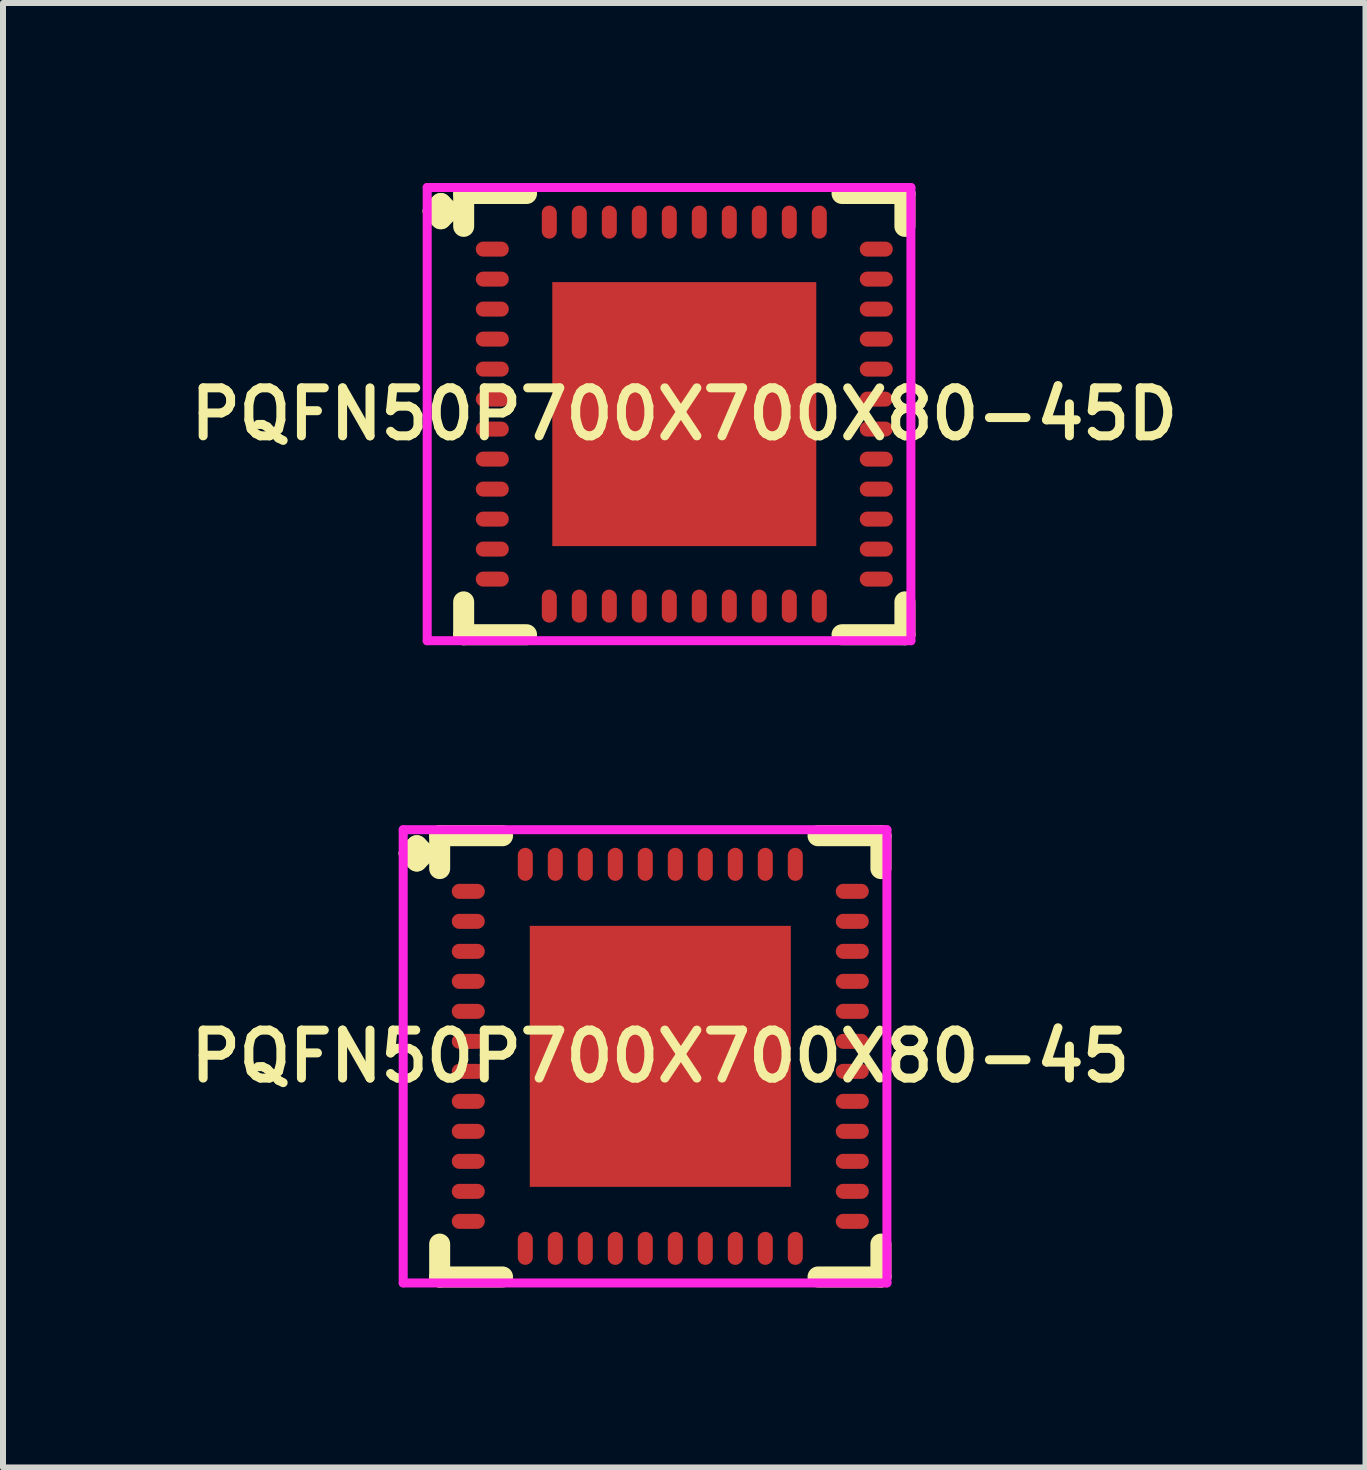
<source format=kicad_pcb>
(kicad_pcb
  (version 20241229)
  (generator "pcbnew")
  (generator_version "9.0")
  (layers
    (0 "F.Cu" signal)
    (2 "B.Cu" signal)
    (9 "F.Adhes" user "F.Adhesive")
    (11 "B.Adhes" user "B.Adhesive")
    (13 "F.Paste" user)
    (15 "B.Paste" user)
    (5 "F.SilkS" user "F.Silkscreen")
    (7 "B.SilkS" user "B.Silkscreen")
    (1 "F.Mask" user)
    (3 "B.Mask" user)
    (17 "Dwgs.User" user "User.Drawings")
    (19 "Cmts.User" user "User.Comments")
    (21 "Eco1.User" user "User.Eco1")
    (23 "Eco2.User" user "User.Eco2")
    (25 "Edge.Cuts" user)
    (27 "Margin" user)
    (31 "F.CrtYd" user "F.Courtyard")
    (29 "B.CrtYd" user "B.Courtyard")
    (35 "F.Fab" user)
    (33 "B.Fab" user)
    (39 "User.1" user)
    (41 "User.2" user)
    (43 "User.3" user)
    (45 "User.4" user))
  (footprint "PQFN50P700X700X80-45D"
    (layer "F.Cu")
    (at 8.355 3.852)
    (property "Reference" "PQFN50P700X700X80-45D" (at 0 0 0) (layer "F.SilkS") (effects (font (size 0.8 0.8) (thickness 0.15))))
    (attr smd)
    (fp_line (start -4.185 -3.383) (end -4.058 -3.51) (stroke (width 0.35) (type solid)) (layer "F.SilkS"))
    (fp_line (start -4.058 -3.51) (end -3.931 -3.383) (stroke (width 0.35) (type solid)) (layer "F.SilkS"))
    (fp_line (start -4.058 -3.256) (end -4.185 -3.383) (stroke (width 0.35) (type solid)) (layer "F.SilkS"))
    (fp_line (start -3.931 -3.383) (end -4.058 -3.256) (stroke (width 0.35) (type solid)) (layer "F.SilkS"))
    (fp_line (start -3.677 -3.677) (end -2.629 -3.677) (stroke (width 0.35) (type solid)) (layer "F.SilkS"))
    (fp_line (start -3.677 -3.129) (end -3.677 -3.677) (stroke (width 0.35) (type solid)) (layer "F.SilkS"))
    (fp_line (start -3.677 3.129) (end -3.677 3.677) (stroke (width 0.35) (type solid)) (layer "F.SilkS"))
    (fp_line (start -3.677 3.677) (end -2.629 3.677) (stroke (width 0.35) (type solid)) (layer "F.SilkS"))
    (fp_line (start 2.629 -3.677) (end 3.677 -3.677) (stroke (width 0.35) (type solid)) (layer "F.SilkS"))
    (fp_line (start 2.629 3.677) (end 3.677 3.677) (stroke (width 0.35) (type solid)) (layer "F.SilkS"))
    (fp_line (start 3.677 -3.677) (end 3.677 -3.129) (stroke (width 0.35) (type solid)) (layer "F.SilkS"))
    (fp_line (start 3.677 3.677) (end 3.677 3.129) (stroke (width 0.35) (type solid)) (layer "F.SilkS"))
    (fp_line (start -4.285 -3.777) (end 3.777 -3.777) (stroke (width 0.15) (type solid)) (layer "F.CrtYd"))
    (fp_line (start -4.285 3.777) (end -4.285 -3.777) (stroke (width 0.15) (type solid)) (layer "F.CrtYd"))
    (fp_line (start 3.777 -3.777) (end 3.777 3.777) (stroke (width 0.15) (type solid)) (layer "F.CrtYd"))
    (fp_line (start 3.777 3.777) (end -4.285 3.777) (stroke (width 0.15) (type solid)) (layer "F.CrtYd"))
    (pad "1" smd oval (at -3.2 -2.75) (size 0.55 0.25) (layers "F.Cu" "F.Mask" "F.Paste"))
    (pad "2" smd oval (at -3.2 -2.25) (size 0.55 0.25) (layers "F.Cu" "F.Mask" "F.Paste"))
    (pad "3" smd oval (at -3.2 -1.75) (size 0.55 0.25) (layers "F.Cu" "F.Mask" "F.Paste"))
    (pad "4" smd oval (at -3.2 -1.25) (size 0.55 0.25) (layers "F.Cu" "F.Mask" "F.Paste"))
    (pad "5" smd oval (at -3.2 -0.75) (size 0.55 0.25) (layers "F.Cu" "F.Mask" "F.Paste"))
    (pad "6" smd oval (at -3.2 -0.25) (size 0.55 0.25) (layers "F.Cu" "F.Mask" "F.Paste"))
    (pad "7" smd oval (at -3.2 0.25) (size 0.55 0.25) (layers "F.Cu" "F.Mask" "F.Paste"))
    (pad "8" smd oval (at -3.2 0.75) (size 0.55 0.25) (layers "F.Cu" "F.Mask" "F.Paste"))
    (pad "9" smd oval (at -3.2 1.25) (size 0.55 0.25) (layers "F.Cu" "F.Mask" "F.Paste"))
    (pad "10" smd oval (at -3.2 1.75) (size 0.55 0.25) (layers "F.Cu" "F.Mask" "F.Paste"))
    (pad "11" smd oval (at -3.2 2.25) (size 0.55 0.25) (layers "F.Cu" "F.Mask" "F.Paste"))
    (pad "12" smd oval (at -3.2 2.75) (size 0.55 0.25) (layers "F.Cu" "F.Mask" "F.Paste"))
    (pad "13" smd oval (at -2.25 3.2) (size 0.25 0.55) (layers "F.Cu" "F.Mask" "F.Paste"))
    (pad "14" smd oval (at -1.75 3.2) (size 0.25 0.55) (layers "F.Cu" "F.Mask" "F.Paste"))
    (pad "15" smd oval (at -1.25 3.2) (size 0.25 0.55) (layers "F.Cu" "F.Mask" "F.Paste"))
    (pad "16" smd oval (at -0.75 3.2) (size 0.25 0.55) (layers "F.Cu" "F.Mask" "F.Paste"))
    (pad "17" smd oval (at -0.25 3.2) (size 0.25 0.55) (layers "F.Cu" "F.Mask" "F.Paste"))
    (pad "18" smd oval (at 0.25 3.2) (size 0.25 0.55) (layers "F.Cu" "F.Mask" "F.Paste"))
    (pad "19" smd oval (at 0.75 3.2) (size 0.25 0.55) (layers "F.Cu" "F.Mask" "F.Paste"))
    (pad "20" smd oval (at 1.25 3.2) (size 0.25 0.55) (layers "F.Cu" "F.Mask" "F.Paste"))
    (pad "21" smd oval (at 1.75 3.2) (size 0.25 0.55) (layers "F.Cu" "F.Mask" "F.Paste"))
    (pad "22" smd oval (at 2.25 3.2) (size 0.25 0.55) (layers "F.Cu" "F.Mask" "F.Paste"))
    (pad "23" smd oval (at 3.2 2.75) (size 0.55 0.25) (layers "F.Cu" "F.Mask" "F.Paste"))
    (pad "24" smd oval (at 3.2 2.25) (size 0.55 0.25) (layers "F.Cu" "F.Mask" "F.Paste"))
    (pad "25" smd oval (at 3.2 1.75) (size 0.55 0.25) (layers "F.Cu" "F.Mask" "F.Paste"))
    (pad "26" smd oval (at 3.2 1.25) (size 0.55 0.25) (layers "F.Cu" "F.Mask" "F.Paste"))
    (pad "27" smd oval (at 3.2 0.75) (size 0.55 0.25) (layers "F.Cu" "F.Mask" "F.Paste"))
    (pad "28" smd oval (at 3.2 0.25) (size 0.55 0.25) (layers "F.Cu" "F.Mask" "F.Paste"))
    (pad "29" smd oval (at 3.2 -0.25) (size 0.55 0.25) (layers "F.Cu" "F.Mask" "F.Paste"))
    (pad "30" smd oval (at 3.2 -0.75) (size 0.55 0.25) (layers "F.Cu" "F.Mask" "F.Paste"))
    (pad "31" smd oval (at 3.2 -1.25) (size 0.55 0.25) (layers "F.Cu" "F.Mask" "F.Paste"))
    (pad "32" smd oval (at 3.2 -1.75) (size 0.55 0.25) (layers "F.Cu" "F.Mask" "F.Paste"))
    (pad "33" smd oval (at 3.2 -2.25) (size 0.55 0.25) (layers "F.Cu" "F.Mask" "F.Paste"))
    (pad "34" smd oval (at 3.2 -2.75) (size 0.55 0.25) (layers "F.Cu" "F.Mask" "F.Paste"))
    (pad "35" smd oval (at 2.25 -3.2) (size 0.25 0.55) (layers "F.Cu" "F.Mask" "F.Paste"))
    (pad "36" smd oval (at 1.75 -3.2) (size 0.25 0.55) (layers "F.Cu" "F.Mask" "F.Paste"))
    (pad "37" smd oval (at 1.25 -3.2) (size 0.25 0.55) (layers "F.Cu" "F.Mask" "F.Paste"))
    (pad "38" smd oval (at 0.75 -3.2) (size 0.25 0.55) (layers "F.Cu" "F.Mask" "F.Paste"))
    (pad "39" smd oval (at 0.25 -3.2) (size 0.25 0.55) (layers "F.Cu" "F.Mask" "F.Paste"))
    (pad "40" smd oval (at -0.25 -3.2) (size 0.25 0.55) (layers "F.Cu" "F.Mask" "F.Paste"))
    (pad "41" smd oval (at -0.75 -3.2) (size 0.25 0.55) (layers "F.Cu" "F.Mask" "F.Paste"))
    (pad "42" smd oval (at -1.25 -3.2) (size 0.25 0.55) (layers "F.Cu" "F.Mask" "F.Paste"))
    (pad "43" smd oval (at -1.75 -3.2) (size 0.25 0.55) (layers "F.Cu" "F.Mask" "F.Paste"))
    (pad "44" smd oval (at -2.25 -3.2) (size 0.25 0.55) (layers "F.Cu" "F.Mask" "F.Paste"))
    (pad "45" smd rect (at 0 0) (size 4.4 4.4) (layers "F.Cu" "F.Mask" "F.Paste")))
  (footprint "PQFN50P700X700X80-45"
    (layer "F.Cu")
    (at 7.955 14.556)
    (property "Reference" "PQFN50P700X700X80-45" (at 0 0 0) (layer "F.SilkS") (effects (font (size 0.8 0.8) (thickness 0.15))))
    (attr smd)
    (fp_line (start -4.185 -3.383) (end -4.058 -3.51) (stroke (width 0.35) (type solid)) (layer "F.SilkS"))
    (fp_line (start -4.058 -3.51) (end -3.931 -3.383) (stroke (width 0.35) (type solid)) (layer "F.SilkS"))
    (fp_line (start -4.058 -3.256) (end -4.185 -3.383) (stroke (width 0.35) (type solid)) (layer "F.SilkS"))
    (fp_line (start -3.931 -3.383) (end -4.058 -3.256) (stroke (width 0.35) (type solid)) (layer "F.SilkS"))
    (fp_line (start -3.677 -3.677) (end -2.629 -3.677) (stroke (width 0.35) (type solid)) (layer "F.SilkS"))
    (fp_line (start -3.677 -3.129) (end -3.677 -3.677) (stroke (width 0.35) (type solid)) (layer "F.SilkS"))
    (fp_line (start -3.677 3.129) (end -3.677 3.677) (stroke (width 0.35) (type solid)) (layer "F.SilkS"))
    (fp_line (start -3.677 3.677) (end -2.629 3.677) (stroke (width 0.35) (type solid)) (layer "F.SilkS"))
    (fp_line (start 2.629 -3.677) (end 3.677 -3.677) (stroke (width 0.35) (type solid)) (layer "F.SilkS"))
    (fp_line (start 2.629 3.677) (end 3.677 3.677) (stroke (width 0.35) (type solid)) (layer "F.SilkS"))
    (fp_line (start 3.677 -3.677) (end 3.677 -3.129) (stroke (width 0.35) (type solid)) (layer "F.SilkS"))
    (fp_line (start 3.677 3.677) (end 3.677 3.129) (stroke (width 0.35) (type solid)) (layer "F.SilkS"))
    (fp_line (start -4.285 -3.777) (end 3.777 -3.777) (stroke (width 0.15) (type solid)) (layer "F.CrtYd"))
    (fp_line (start -4.285 3.777) (end -4.285 -3.777) (stroke (width 0.15) (type solid)) (layer "F.CrtYd"))
    (fp_line (start 3.777 -3.777) (end 3.777 3.777) (stroke (width 0.15) (type solid)) (layer "F.CrtYd"))
    (fp_line (start 3.777 3.777) (end -4.285 3.777) (stroke (width 0.15) (type solid)) (layer "F.CrtYd"))
    (pad "1" smd oval (at -3.2 -2.75) (size 0.55 0.25) (layers "F.Cu" "F.Mask" "F.Paste"))
    (pad "2" smd oval (at -3.2 -2.25) (size 0.55 0.25) (layers "F.Cu" "F.Mask" "F.Paste"))
    (pad "3" smd oval (at -3.2 -1.75) (size 0.55 0.25) (layers "F.Cu" "F.Mask" "F.Paste"))
    (pad "4" smd oval (at -3.2 -1.25) (size 0.55 0.25) (layers "F.Cu" "F.Mask" "F.Paste"))
    (pad "5" smd oval (at -3.2 -0.75) (size 0.55 0.25) (layers "F.Cu" "F.Mask" "F.Paste"))
    (pad "6" smd oval (at -3.2 -0.25) (size 0.55 0.25) (layers "F.Cu" "F.Mask" "F.Paste"))
    (pad "7" smd oval (at -3.2 0.25) (size 0.55 0.25) (layers "F.Cu" "F.Mask" "F.Paste"))
    (pad "8" smd oval (at -3.2 0.75) (size 0.55 0.25) (layers "F.Cu" "F.Mask" "F.Paste"))
    (pad "9" smd oval (at -3.2 1.25) (size 0.55 0.25) (layers "F.Cu" "F.Mask" "F.Paste"))
    (pad "10" smd oval (at -3.2 1.75) (size 0.55 0.25) (layers "F.Cu" "F.Mask" "F.Paste"))
    (pad "11" smd oval (at -3.2 2.25) (size 0.55 0.25) (layers "F.Cu" "F.Mask" "F.Paste"))
    (pad "12" smd oval (at -3.2 2.75) (size 0.55 0.25) (layers "F.Cu" "F.Mask" "F.Paste"))
    (pad "13" smd oval (at -2.25 3.2) (size 0.25 0.55) (layers "F.Cu" "F.Mask" "F.Paste"))
    (pad "14" smd oval (at -1.75 3.2) (size 0.25 0.55) (layers "F.Cu" "F.Mask" "F.Paste"))
    (pad "15" smd oval (at -1.25 3.2) (size 0.25 0.55) (layers "F.Cu" "F.Mask" "F.Paste"))
    (pad "16" smd oval (at -0.75 3.2) (size 0.25 0.55) (layers "F.Cu" "F.Mask" "F.Paste"))
    (pad "17" smd oval (at -0.25 3.2) (size 0.25 0.55) (layers "F.Cu" "F.Mask" "F.Paste"))
    (pad "18" smd oval (at 0.25 3.2) (size 0.25 0.55) (layers "F.Cu" "F.Mask" "F.Paste"))
    (pad "19" smd oval (at 0.75 3.2) (size 0.25 0.55) (layers "F.Cu" "F.Mask" "F.Paste"))
    (pad "20" smd oval (at 1.25 3.2) (size 0.25 0.55) (layers "F.Cu" "F.Mask" "F.Paste"))
    (pad "21" smd oval (at 1.75 3.2) (size 0.25 0.55) (layers "F.Cu" "F.Mask" "F.Paste"))
    (pad "22" smd oval (at 2.25 3.2) (size 0.25 0.55) (layers "F.Cu" "F.Mask" "F.Paste"))
    (pad "23" smd oval (at 3.2 2.75) (size 0.55 0.25) (layers "F.Cu" "F.Mask" "F.Paste"))
    (pad "24" smd oval (at 3.2 2.25) (size 0.55 0.25) (layers "F.Cu" "F.Mask" "F.Paste"))
    (pad "25" smd oval (at 3.2 1.75) (size 0.55 0.25) (layers "F.Cu" "F.Mask" "F.Paste"))
    (pad "26" smd oval (at 3.2 1.25) (size 0.55 0.25) (layers "F.Cu" "F.Mask" "F.Paste"))
    (pad "27" smd oval (at 3.2 0.75) (size 0.55 0.25) (layers "F.Cu" "F.Mask" "F.Paste"))
    (pad "28" smd oval (at 3.2 0.25) (size 0.55 0.25) (layers "F.Cu" "F.Mask" "F.Paste"))
    (pad "29" smd oval (at 3.2 -0.25) (size 0.55 0.25) (layers "F.Cu" "F.Mask" "F.Paste"))
    (pad "30" smd oval (at 3.2 -0.75) (size 0.55 0.25) (layers "F.Cu" "F.Mask" "F.Paste"))
    (pad "31" smd oval (at 3.2 -1.25) (size 0.55 0.25) (layers "F.Cu" "F.Mask" "F.Paste"))
    (pad "32" smd oval (at 3.2 -1.75) (size 0.55 0.25) (layers "F.Cu" "F.Mask" "F.Paste"))
    (pad "33" smd oval (at 3.2 -2.25) (size 0.55 0.25) (layers "F.Cu" "F.Mask" "F.Paste"))
    (pad "34" smd oval (at 3.2 -2.75) (size 0.55 0.25) (layers "F.Cu" "F.Mask" "F.Paste"))
    (pad "35" smd oval (at 2.25 -3.2) (size 0.25 0.55) (layers "F.Cu" "F.Mask" "F.Paste"))
    (pad "36" smd oval (at 1.75 -3.2) (size 0.25 0.55) (layers "F.Cu" "F.Mask" "F.Paste"))
    (pad "37" smd oval (at 1.25 -3.2) (size 0.25 0.55) (layers "F.Cu" "F.Mask" "F.Paste"))
    (pad "38" smd oval (at 0.75 -3.2) (size 0.25 0.55) (layers "F.Cu" "F.Mask" "F.Paste"))
    (pad "39" smd oval (at 0.25 -3.2) (size 0.25 0.55) (layers "F.Cu" "F.Mask" "F.Paste"))
    (pad "40" smd oval (at -0.25 -3.2) (size 0.25 0.55) (layers "F.Cu" "F.Mask" "F.Paste"))
    (pad "41" smd oval (at -0.75 -3.2) (size 0.25 0.55) (layers "F.Cu" "F.Mask" "F.Paste"))
    (pad "42" smd oval (at -1.25 -3.2) (size 0.25 0.55) (layers "F.Cu" "F.Mask" "F.Paste"))
    (pad "43" smd oval (at -1.75 -3.2) (size 0.25 0.55) (layers "F.Cu" "F.Mask" "F.Paste"))
    (pad "44" smd oval (at -2.25 -3.2) (size 0.25 0.55) (layers "F.Cu" "F.Mask" "F.Paste"))
    (pad "45" smd rect (at 0 0) (size 4.35 4.35) (layers "F.Cu" "F.Mask" "F.Paste")))
  (gr_rect
    (start -3 -3)
    (end 19.709 21.408)
    (stroke (width 0.1) (type default))
    (fill no)
    (layer "Edge.Cuts")))
</source>
